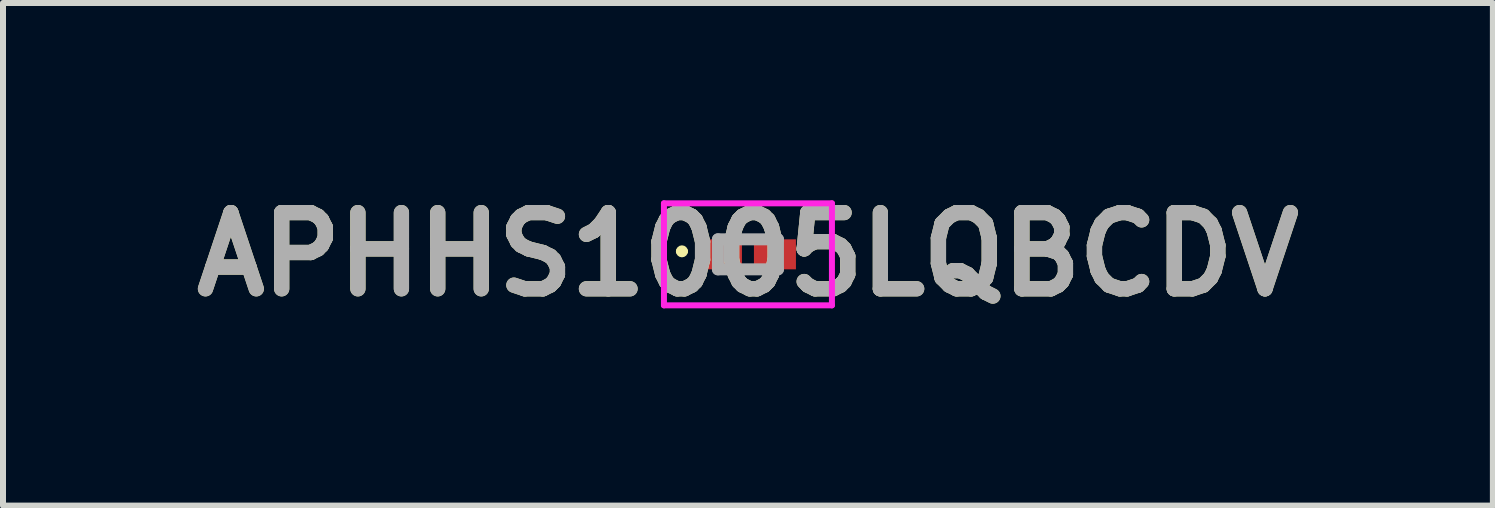
<source format=kicad_pcb>
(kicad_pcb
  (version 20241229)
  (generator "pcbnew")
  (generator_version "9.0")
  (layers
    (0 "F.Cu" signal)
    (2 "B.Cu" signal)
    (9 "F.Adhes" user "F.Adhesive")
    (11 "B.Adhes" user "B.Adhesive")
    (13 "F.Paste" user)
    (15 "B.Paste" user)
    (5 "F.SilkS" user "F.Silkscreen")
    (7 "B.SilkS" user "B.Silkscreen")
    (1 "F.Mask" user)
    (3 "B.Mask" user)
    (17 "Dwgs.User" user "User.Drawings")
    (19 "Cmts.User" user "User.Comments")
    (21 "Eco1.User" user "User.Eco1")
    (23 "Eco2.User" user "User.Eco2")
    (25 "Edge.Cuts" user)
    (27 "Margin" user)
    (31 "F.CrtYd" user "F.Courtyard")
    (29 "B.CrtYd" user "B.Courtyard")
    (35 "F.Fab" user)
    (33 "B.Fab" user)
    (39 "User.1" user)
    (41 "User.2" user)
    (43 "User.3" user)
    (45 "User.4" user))
  (footprint "APHHS1005LQBCDV"
    (layer "F.Cu")
    (at 9.416 1.189)
    (property "Reference" "APHHS1005LQBCDV" (at 0 0 0) (layer "F.SilkS") (effects (font (size 1.27 1.27) (thickness 0.254))))
    (attr smd)
    (fp_line (start -1.15 -0.05) (end -1.15 -0.05) (stroke (width 0.1) (type solid)) (layer "F.SilkS"))
    (fp_line (start -1.05 -0.05) (end -1.05 -0.05) (stroke (width 0.1) (type solid)) (layer "F.SilkS"))
    (fp_arc (start -1.15 -0.05) (mid -1.1 -0.1) (end -1.05 -0.05) (stroke (width 0.1) (type solid)) (layer "F.SilkS"))
    (fp_arc (start -1.05 -0.05) (mid -1.1 0) (end -1.15 -0.05) (stroke (width 0.1) (type solid)) (layer "F.SilkS"))
    (fp_line (start -1.4 -0.85) (end 1.4 -0.85) (stroke (width 0.1) (type solid)) (layer "F.CrtYd"))
    (fp_line (start -1.4 0.85) (end -1.4 -0.85) (stroke (width 0.1) (type solid)) (layer "F.CrtYd"))
    (fp_line (start 1.4 -0.85) (end 1.4 0.85) (stroke (width 0.1) (type solid)) (layer "F.CrtYd"))
    (fp_line (start 1.4 0.85) (end -1.4 0.85) (stroke (width 0.1) (type solid)) (layer "F.CrtYd"))
    (fp_line (start -0.5 -0.25) (end 0.5 -0.25) (stroke (width 0.2) (type solid)) (layer "F.Fab"))
    (fp_line (start -0.5 0.25) (end -0.5 -0.25) (stroke (width 0.2) (type solid)) (layer "F.Fab"))
    (fp_line (start 0.5 -0.25) (end 0.5 0.25) (stroke (width 0.2) (type solid)) (layer "F.Fab"))
    (fp_line (start 0.5 0.25) (end -0.5 0.25) (stroke (width 0.2) (type solid)) (layer "F.Fab"))
    (fp_text user "${REFERENCE}" (at 0 0 0) (layer "F.Fab") (effects (font (size 1.27 1.27) (thickness 0.254))))
    (pad "1" smd rect (at -0.45 0 90) (size 0.5 0.7) (layers "F.Cu" "F.Mask" "F.Paste"))
    (pad "2" smd rect (at 0.45 0 90) (size 0.5 0.7) (layers "F.Cu" "F.Mask" "F.Paste")))
  (gr_rect
    (start -3 -3)
    (end 21.832 5.377)
    (stroke (width 0.1) (type default))
    (fill no)
    (layer "Edge.Cuts")))
</source>
